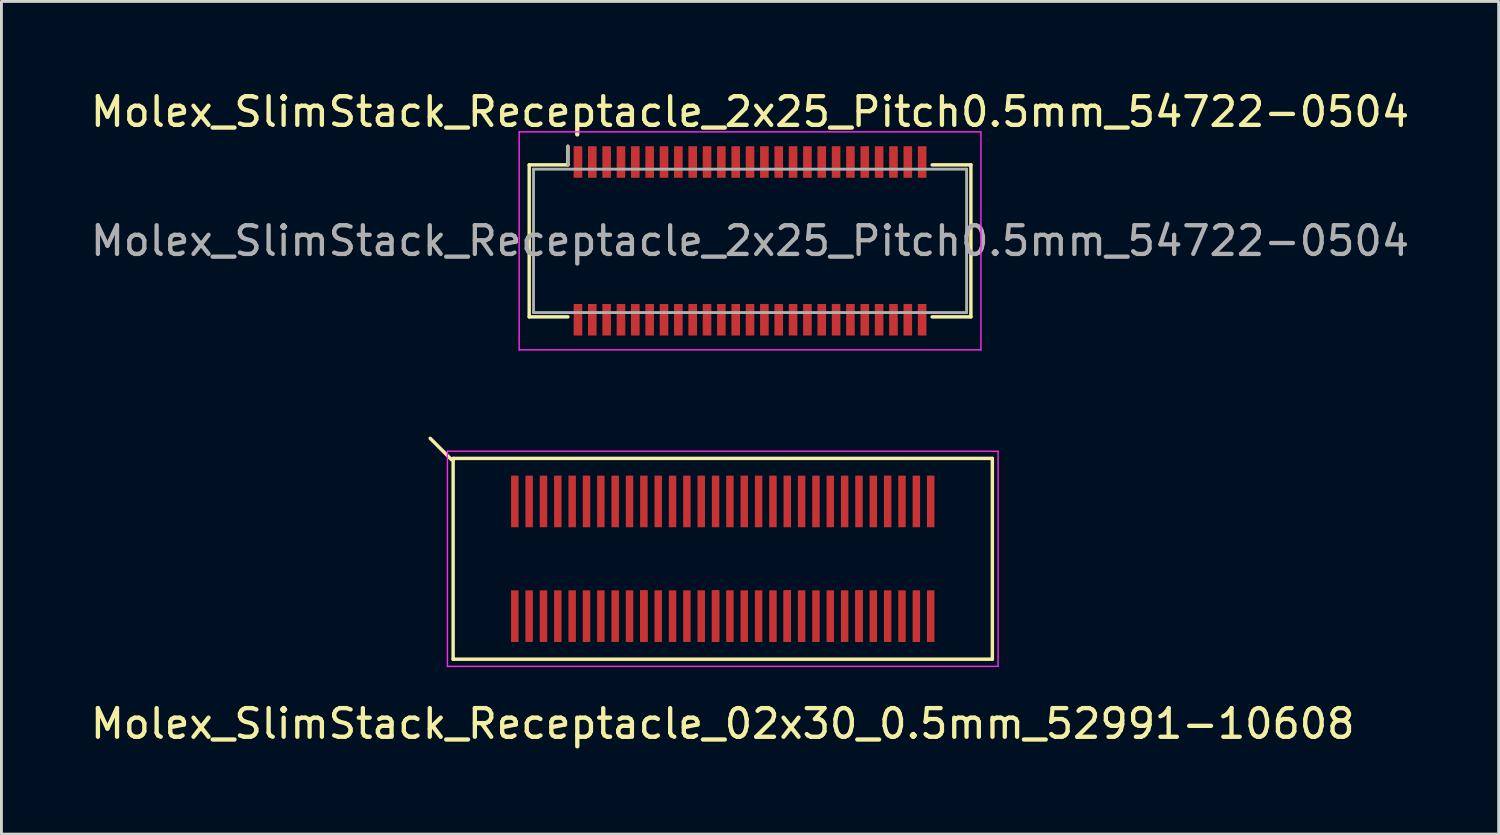
<source format=kicad_pcb>
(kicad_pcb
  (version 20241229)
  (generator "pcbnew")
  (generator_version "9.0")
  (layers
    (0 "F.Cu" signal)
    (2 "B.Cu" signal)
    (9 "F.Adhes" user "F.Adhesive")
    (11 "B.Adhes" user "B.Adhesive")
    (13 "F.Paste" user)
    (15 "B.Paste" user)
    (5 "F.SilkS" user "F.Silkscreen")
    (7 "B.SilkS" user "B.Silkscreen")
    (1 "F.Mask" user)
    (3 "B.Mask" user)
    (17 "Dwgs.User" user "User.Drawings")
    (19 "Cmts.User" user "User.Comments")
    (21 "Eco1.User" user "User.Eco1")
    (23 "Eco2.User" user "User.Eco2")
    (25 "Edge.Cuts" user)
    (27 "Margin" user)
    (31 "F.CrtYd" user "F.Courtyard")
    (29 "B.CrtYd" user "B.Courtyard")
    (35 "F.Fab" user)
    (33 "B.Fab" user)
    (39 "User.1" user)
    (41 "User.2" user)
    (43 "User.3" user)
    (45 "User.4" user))
  (footprint "Molex_SlimStack_Receptacle_2x25_Pitch0.5mm_54722-0504"
    (layer "F.Cu")
    (at 23.101 5.348)
    (property "Reference" "Molex_SlimStack_Receptacle_2x25_Pitch0.5mm_54722-0504" (at 0 -4.5 0) (layer "F.SilkS") (effects (font (size 1 1) (thickness 0.15))))
    (attr smd)
    (fp_line (start -7.7 -2.65) (end -6.35 -2.65) (stroke (width 0.12) (type solid)) (layer "F.SilkS"))
    (fp_line (start -7.7 2.65) (end -7.7 -2.65) (stroke (width 0.12) (type solid)) (layer "F.SilkS"))
    (fp_line (start -6.35 -2.65) (end -6.35 -3.3) (stroke (width 0.12) (type solid)) (layer "F.SilkS"))
    (fp_line (start -6.35 2.65) (end -7.7 2.65) (stroke (width 0.12) (type solid)) (layer "F.SilkS"))
    (fp_line (start 6.35 2.65) (end 7.7 2.65) (stroke (width 0.12) (type solid)) (layer "F.SilkS"))
    (fp_line (start 7.7 -2.65) (end 6.35 -2.65) (stroke (width 0.12) (type solid)) (layer "F.SilkS"))
    (fp_line (start 7.7 2.65) (end 7.7 -2.65) (stroke (width 0.12) (type solid)) (layer "F.SilkS"))
    (fp_line (start -8.05 -3.8) (end -8.05 3.8) (stroke (width 0.05) (type solid)) (layer "F.CrtYd"))
    (fp_line (start -8.05 3.8) (end 8.05 3.8) (stroke (width 0.05) (type solid)) (layer "F.CrtYd"))
    (fp_line (start 8.05 -3.8) (end -8.05 -3.8) (stroke (width 0.05) (type solid)) (layer "F.CrtYd"))
    (fp_line (start 8.05 3.8) (end 8.05 -3.8) (stroke (width 0.05) (type solid)) (layer "F.CrtYd"))
    (fp_line (start -7.55 -2.5) (end -7.55 2.5) (stroke (width 0.1) (type solid)) (layer "F.Fab"))
    (fp_line (start -7.55 2.5) (end 7.55 2.5) (stroke (width 0.1) (type solid)) (layer "F.Fab"))
    (fp_line (start -6.35 -2.65) (end -6.35 -3.3) (stroke (width 0.1) (type solid)) (layer "F.Fab"))
    (fp_line (start 7.55 -2.5) (end -7.55 -2.5) (stroke (width 0.1) (type solid)) (layer "F.Fab"))
    (fp_line (start 7.55 2.5) (end 7.55 -2.5) (stroke (width 0.1) (type solid)) (layer "F.Fab"))
    (fp_text user "${REFERENCE}" (at 0 0 0) (layer "F.Fab") (effects (font (size 1 1) (thickness 0.15))))
    (pad "1" smd rect (at -6 -2.75) (size 0.3 1.1) (layers "F.Cu" "F.Mask" "F.Paste"))
    (pad "2" smd rect (at -6 2.75) (size 0.3 1.1) (layers "F.Cu" "F.Mask" "F.Paste"))
    (pad "3" smd rect (at -5.5 -2.75) (size 0.3 1.1) (layers "F.Cu" "F.Mask" "F.Paste"))
    (pad "4" smd rect (at -5.5 2.75) (size 0.3 1.1) (layers "F.Cu" "F.Mask" "F.Paste"))
    (pad "5" smd rect (at -5 -2.75) (size 0.3 1.1) (layers "F.Cu" "F.Mask" "F.Paste"))
    (pad "6" smd rect (at -5 2.75) (size 0.3 1.1) (layers "F.Cu" "F.Mask" "F.Paste"))
    (pad "7" smd rect (at -4.5 -2.75) (size 0.3 1.1) (layers "F.Cu" "F.Mask" "F.Paste"))
    (pad "8" smd rect (at -4.5 2.75) (size 0.3 1.1) (layers "F.Cu" "F.Mask" "F.Paste"))
    (pad "9" smd rect (at -4 -2.75) (size 0.3 1.1) (layers "F.Cu" "F.Mask" "F.Paste"))
    (pad "10" smd rect (at -4 2.75) (size 0.3 1.1) (layers "F.Cu" "F.Mask" "F.Paste"))
    (pad "11" smd rect (at -3.5 -2.75) (size 0.3 1.1) (layers "F.Cu" "F.Mask" "F.Paste"))
    (pad "12" smd rect (at -3.5 2.75) (size 0.3 1.1) (layers "F.Cu" "F.Mask" "F.Paste"))
    (pad "13" smd rect (at -3 -2.75) (size 0.3 1.1) (layers "F.Cu" "F.Mask" "F.Paste"))
    (pad "14" smd rect (at -3 2.75) (size 0.3 1.1) (layers "F.Cu" "F.Mask" "F.Paste"))
    (pad "15" smd rect (at -2.5 -2.75) (size 0.3 1.1) (layers "F.Cu" "F.Mask" "F.Paste"))
    (pad "16" smd rect (at -2.5 2.75) (size 0.3 1.1) (layers "F.Cu" "F.Mask" "F.Paste"))
    (pad "17" smd rect (at -2 -2.75) (size 0.3 1.1) (layers "F.Cu" "F.Mask" "F.Paste"))
    (pad "18" smd rect (at -2 2.75) (size 0.3 1.1) (layers "F.Cu" "F.Mask" "F.Paste"))
    (pad "19" smd rect (at -1.5 -2.75) (size 0.3 1.1) (layers "F.Cu" "F.Mask" "F.Paste"))
    (pad "20" smd rect (at -1.5 2.75) (size 0.3 1.1) (layers "F.Cu" "F.Mask" "F.Paste"))
    (pad "21" smd rect (at -1 -2.75) (size 0.3 1.1) (layers "F.Cu" "F.Mask" "F.Paste"))
    (pad "22" smd rect (at -1 2.75) (size 0.3 1.1) (layers "F.Cu" "F.Mask" "F.Paste"))
    (pad "23" smd rect (at -0.5 -2.75) (size 0.3 1.1) (layers "F.Cu" "F.Mask" "F.Paste"))
    (pad "24" smd rect (at -0.5 2.75) (size 0.3 1.1) (layers "F.Cu" "F.Mask" "F.Paste"))
    (pad "25" smd rect (at 0 -2.75) (size 0.3 1.1) (layers "F.Cu" "F.Mask" "F.Paste"))
    (pad "26" smd rect (at 0 2.75) (size 0.3 1.1) (layers "F.Cu" "F.Mask" "F.Paste"))
    (pad "27" smd rect (at 0.5 -2.75) (size 0.3 1.1) (layers "F.Cu" "F.Mask" "F.Paste"))
    (pad "28" smd rect (at 0.5 2.75) (size 0.3 1.1) (layers "F.Cu" "F.Mask" "F.Paste"))
    (pad "29" smd rect (at 1 -2.75) (size 0.3 1.1) (layers "F.Cu" "F.Mask" "F.Paste"))
    (pad "30" smd rect (at 1 2.75) (size 0.3 1.1) (layers "F.Cu" "F.Mask" "F.Paste"))
    (pad "31" smd rect (at 1.5 -2.75) (size 0.3 1.1) (layers "F.Cu" "F.Mask" "F.Paste"))
    (pad "32" smd rect (at 1.5 2.75) (size 0.3 1.1) (layers "F.Cu" "F.Mask" "F.Paste"))
    (pad "33" smd rect (at 2 -2.75) (size 0.3 1.1) (layers "F.Cu" "F.Mask" "F.Paste"))
    (pad "34" smd rect (at 2 2.75) (size 0.3 1.1) (layers "F.Cu" "F.Mask" "F.Paste"))
    (pad "35" smd rect (at 2.5 -2.75) (size 0.3 1.1) (layers "F.Cu" "F.Mask" "F.Paste"))
    (pad "36" smd rect (at 2.5 2.75) (size 0.3 1.1) (layers "F.Cu" "F.Mask" "F.Paste"))
    (pad "37" smd rect (at 3 -2.75) (size 0.3 1.1) (layers "F.Cu" "F.Mask" "F.Paste"))
    (pad "38" smd rect (at 3 2.75) (size 0.3 1.1) (layers "F.Cu" "F.Mask" "F.Paste"))
    (pad "39" smd rect (at 3.5 -2.75) (size 0.3 1.1) (layers "F.Cu" "F.Mask" "F.Paste"))
    (pad "40" smd rect (at 3.5 2.75) (size 0.3 1.1) (layers "F.Cu" "F.Mask" "F.Paste"))
    (pad "41" smd rect (at 4 -2.75) (size 0.3 1.1) (layers "F.Cu" "F.Mask" "F.Paste"))
    (pad "42" smd rect (at 4 2.75) (size 0.3 1.1) (layers "F.Cu" "F.Mask" "F.Paste"))
    (pad "43" smd rect (at 4.5 -2.75) (size 0.3 1.1) (layers "F.Cu" "F.Mask" "F.Paste"))
    (pad "44" smd rect (at 4.5 2.75) (size 0.3 1.1) (layers "F.Cu" "F.Mask" "F.Paste"))
    (pad "45" smd rect (at 5 -2.75) (size 0.3 1.1) (layers "F.Cu" "F.Mask" "F.Paste"))
    (pad "46" smd rect (at 5 2.75) (size 0.3 1.1) (layers "F.Cu" "F.Mask" "F.Paste"))
    (pad "47" smd rect (at 5.5 -2.75) (size 0.3 1.1) (layers "F.Cu" "F.Mask" "F.Paste"))
    (pad "48" smd rect (at 5.5 2.75) (size 0.3 1.1) (layers "F.Cu" "F.Mask" "F.Paste"))
    (pad "49" smd rect (at 6 -2.75) (size 0.3 1.1) (layers "F.Cu" "F.Mask" "F.Paste"))
    (pad "50" smd rect (at 6 2.75) (size 0.3 1.1) (layers "F.Cu" "F.Mask" "F.Paste")))
  (footprint "Molex_SlimStack_Receptacle_02x30_0.5mm_52991-10608"
    (layer "F.Cu")
    (at 22.149 16.433)
    (property "Reference" "Molex_SlimStack_Receptacle_02x30_0.5mm_52991-10608" (at 0 5.75 0) (layer "F.SilkS") (effects (font (size 1 1) (thickness 0.15))))
    (attr smd)
    (fp_line (start -9.45 -3.45) (end -10.2 -4.2) (stroke (width 0.12) (type solid)) (layer "F.SilkS"))
    (fp_line (start -9.4 -3.5) (end -9.4 3.5) (stroke (width 0.12) (type solid)) (layer "F.SilkS"))
    (fp_line (start -9.4 3.5) (end 9.4 3.5) (stroke (width 0.12) (type solid)) (layer "F.SilkS"))
    (fp_line (start 9.4 -3.5) (end -9.4 -3.5) (stroke (width 0.12) (type solid)) (layer "F.SilkS"))
    (fp_line (start 9.4 3.5) (end 9.4 -3.5) (stroke (width 0.12) (type solid)) (layer "F.SilkS"))
    (fp_line (start -9.6 -3.75) (end -9.6 3.75) (stroke (width 0.05) (type solid)) (layer "F.CrtYd"))
    (fp_line (start -9.6 3.75) (end 9.6 3.75) (stroke (width 0.05) (type solid)) (layer "F.CrtYd"))
    (fp_line (start 9.6 -3.75) (end -9.6 -3.75) (stroke (width 0.05) (type solid)) (layer "F.CrtYd"))
    (fp_line (start 9.6 3.75) (end 9.6 -3.75) (stroke (width 0.05) (type solid)) (layer "F.CrtYd"))
    (pad "1" smd rect (at -7.25 -2) (size 0.26 1.8) (layers "F.Cu" "F.Mask" "F.Paste"))
    (pad "2" smd rect (at -7.25 2) (size 0.26 1.8) (layers "F.Cu" "F.Mask" "F.Paste"))
    (pad "3" smd rect (at -6.75 -2) (size 0.26 1.8) (layers "F.Cu" "F.Mask" "F.Paste"))
    (pad "4" smd rect (at -6.75 2) (size 0.26 1.8) (layers "F.Cu" "F.Mask" "F.Paste"))
    (pad "5" smd rect (at -6.25 -2) (size 0.26 1.8) (layers "F.Cu" "F.Mask" "F.Paste"))
    (pad "6" smd rect (at -6.25 2) (size 0.26 1.8) (layers "F.Cu" "F.Mask" "F.Paste"))
    (pad "7" smd rect (at -5.75 -2) (size 0.26 1.8) (layers "F.Cu" "F.Mask" "F.Paste"))
    (pad "8" smd rect (at -5.75 2) (size 0.26 1.8) (layers "F.Cu" "F.Mask" "F.Paste"))
    (pad "9" smd rect (at -5.25 -2) (size 0.26 1.8) (layers "F.Cu" "F.Mask" "F.Paste"))
    (pad "10" smd rect (at -5.25 2) (size 0.26 1.8) (layers "F.Cu" "F.Mask" "F.Paste"))
    (pad "11" smd rect (at -4.75 -2) (size 0.26 1.8) (layers "F.Cu" "F.Mask" "F.Paste"))
    (pad "12" smd rect (at -4.75 2) (size 0.26 1.8) (layers "F.Cu" "F.Mask" "F.Paste"))
    (pad "13" smd rect (at -4.25 -2) (size 0.26 1.8) (layers "F.Cu" "F.Mask" "F.Paste"))
    (pad "14" smd rect (at -4.25 2) (size 0.26 1.8) (layers "F.Cu" "F.Mask" "F.Paste"))
    (pad "15" smd rect (at -3.75 -2) (size 0.26 1.8) (layers "F.Cu" "F.Mask" "F.Paste"))
    (pad "16" smd rect (at -3.75 2) (size 0.26 1.8) (layers "F.Cu" "F.Mask" "F.Paste"))
    (pad "17" smd rect (at -3.25 -2) (size 0.26 1.8) (layers "F.Cu" "F.Mask" "F.Paste"))
    (pad "18" smd rect (at -3.25 2) (size 0.26 1.8) (layers "F.Cu" "F.Mask" "F.Paste"))
    (pad "19" smd rect (at -2.75 -2) (size 0.26 1.8) (layers "F.Cu" "F.Mask" "F.Paste"))
    (pad "20" smd rect (at -2.75 2) (size 0.26 1.8) (layers "F.Cu" "F.Mask" "F.Paste"))
    (pad "20" smd rect (at -2.75 2) (size 0.26 1.8) (layers "F.Cu" "F.Mask" "F.Paste"))
    (pad "21" smd rect (at -2.25 -2) (size 0.26 1.8) (layers "F.Cu" "F.Mask" "F.Paste"))
    (pad "22" smd rect (at -2.25 2) (size 0.26 1.8) (layers "F.Cu" "F.Mask" "F.Paste"))
    (pad "23" smd rect (at -1.75 -2) (size 0.26 1.8) (layers "F.Cu" "F.Mask" "F.Paste"))
    (pad "24" smd rect (at -1.75 2) (size 0.26 1.8) (layers "F.Cu" "F.Mask" "F.Paste"))
    (pad "25" smd rect (at -1.25 -2) (size 0.26 1.8) (layers "F.Cu" "F.Mask" "F.Paste"))
    (pad "26" smd rect (at -1.25 2) (size 0.26 1.8) (layers "F.Cu" "F.Mask" "F.Paste"))
    (pad "27" smd rect (at -0.75 -2) (size 0.26 1.8) (layers "F.Cu" "F.Mask" "F.Paste"))
    (pad "28" smd rect (at -0.75 2) (size 0.26 1.8) (layers "F.Cu" "F.Mask" "F.Paste"))
    (pad "29" smd rect (at -0.25 -2) (size 0.26 1.8) (layers "F.Cu" "F.Mask" "F.Paste"))
    (pad "30" smd rect (at -0.25 2) (size 0.26 1.8) (layers "F.Cu" "F.Mask" "F.Paste"))
    (pad "30" smd rect (at -0.25 2) (size 0.26 1.8) (layers "F.Cu" "F.Mask" "F.Paste"))
    (pad "31" smd rect (at 0.25 -2) (size 0.26 1.8) (layers "F.Cu" "F.Mask" "F.Paste"))
    (pad "32" smd rect (at 0.25 2) (size 0.26 1.8) (layers "F.Cu" "F.Mask" "F.Paste"))
    (pad "33" smd rect (at 0.75 -2) (size 0.26 1.8) (layers "F.Cu" "F.Mask" "F.Paste"))
    (pad "34" smd rect (at 0.75 2) (size 0.26 1.8) (layers "F.Cu" "F.Mask" "F.Paste"))
    (pad "35" smd rect (at 1.25 -2) (size 0.26 1.8) (layers "F.Cu" "F.Mask" "F.Paste"))
    (pad "36" smd rect (at 1.25 2) (size 0.26 1.8) (layers "F.Cu" "F.Mask" "F.Paste"))
    (pad "37" smd rect (at 1.75 -2) (size 0.26 1.8) (layers "F.Cu" "F.Mask" "F.Paste"))
    (pad "38" smd rect (at 1.75 2) (size 0.26 1.8) (layers "F.Cu" "F.Mask" "F.Paste"))
    (pad "39" smd rect (at 2.25 -2) (size 0.26 1.8) (layers "F.Cu" "F.Mask" "F.Paste"))
    (pad "40" smd rect (at 2.25 2) (size 0.26 1.8) (layers "F.Cu" "F.Mask" "F.Paste"))
    (pad "40" smd rect (at 2.25 2) (size 0.26 1.8) (layers "F.Cu" "F.Mask" "F.Paste"))
    (pad "41" smd rect (at 2.75 -2) (size 0.26 1.8) (layers "F.Cu" "F.Mask" "F.Paste"))
    (pad "42" smd rect (at 2.75 2) (size 0.26 1.8) (layers "F.Cu" "F.Mask" "F.Paste"))
    (pad "43" smd rect (at 3.25 -2) (size 0.26 1.8) (layers "F.Cu" "F.Mask" "F.Paste"))
    (pad "44" smd rect (at 3.25 2) (size 0.26 1.8) (layers "F.Cu" "F.Mask" "F.Paste"))
    (pad "45" smd rect (at 3.75 -2) (size 0.26 1.8) (layers "F.Cu" "F.Mask" "F.Paste"))
    (pad "46" smd rect (at 3.75 2) (size 0.26 1.8) (layers "F.Cu" "F.Mask" "F.Paste"))
    (pad "47" smd rect (at 4.25 -2) (size 0.26 1.8) (layers "F.Cu" "F.Mask" "F.Paste"))
    (pad "48" smd rect (at 4.25 2) (size 0.26 1.8) (layers "F.Cu" "F.Mask" "F.Paste"))
    (pad "49" smd rect (at 4.75 -2) (size 0.26 1.8) (layers "F.Cu" "F.Mask" "F.Paste"))
    (pad "50" smd rect (at 4.75 2) (size 0.26 1.8) (layers "F.Cu" "F.Mask" "F.Paste"))
    (pad "50" smd rect (at 4.75 2) (size 0.26 1.8) (layers "F.Cu" "F.Mask" "F.Paste"))
    (pad "51" smd rect (at 5.25 -2) (size 0.26 1.8) (layers "F.Cu" "F.Mask" "F.Paste"))
    (pad "52" smd rect (at 5.25 2) (size 0.26 1.8) (layers "F.Cu" "F.Mask" "F.Paste"))
    (pad "53" smd rect (at 5.75 -2) (size 0.26 1.8) (layers "F.Cu" "F.Mask" "F.Paste"))
    (pad "54" smd rect (at 5.75 2) (size 0.26 1.8) (layers "F.Cu" "F.Mask" "F.Paste"))
    (pad "55" smd rect (at 6.25 -2) (size 0.26 1.8) (layers "F.Cu" "F.Mask" "F.Paste"))
    (pad "56" smd rect (at 6.25 2) (size 0.26 1.8) (layers "F.Cu" "F.Mask" "F.Paste"))
    (pad "57" smd rect (at 6.75 -2) (size 0.26 1.8) (layers "F.Cu" "F.Mask" "F.Paste"))
    (pad "58" smd rect (at 6.75 2) (size 0.26 1.8) (layers "F.Cu" "F.Mask" "F.Paste"))
    (pad "59" smd rect (at 7.25 -2) (size 0.26 1.8) (layers "F.Cu" "F.Mask" "F.Paste"))
    (pad "60" smd rect (at 7.25 2) (size 0.26 1.8) (layers "F.Cu" "F.Mask" "F.Paste")))
  (gr_rect
    (start -3 -3)
    (end 49.202 26.032)
    (stroke (width 0.1) (type default))
    (fill no)
    (layer "Edge.Cuts")))
</source>
